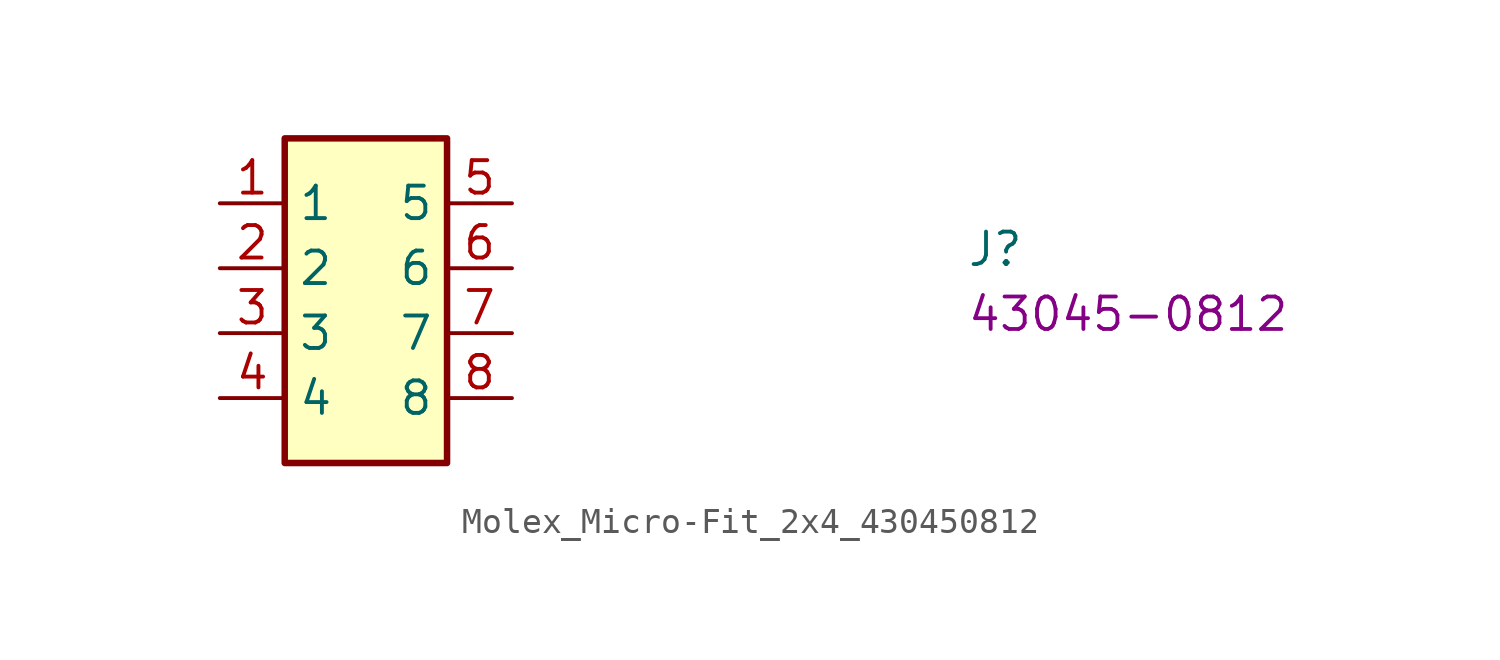
<source format=kicad_sym>
(kicad_symbol_lib
  (version 20220914)
  (generator kicad_symbol_editor)
  (symbol "Molex_Micro-Fit_2x4_430450812"
    (property "Reference" "J"
      (at 29.21 -2.54 0)
      (effects (font (size 1.27 1.27) (thickness 0.15)) (justify left bottom)))
    (property "MPN" "43045-0812"
      (at 29.21 -5.08 0)
      (effects (font (size 1.27 1.27) (thickness 0.15)) (justify left bottom)))
    (symbol "Molex_Micro-Fit_2x4_430450812_1_1"
      (rectangle (start 2.54 2.54) (end 8.89 -10.16) (stroke (width 0.254) (type default)) (fill (type background)))
      (pin input line (at 0 0 0) (length 2.54) (name "1" (effects (font (size 1.27 1.27)))) (number "1" (effects (font (size 1.27 1.27)))))
      (pin input line (at 0 -2.54 0) (length 2.54) (name "2" (effects (font (size 1.27 1.27)))) (number "2" (effects (font (size 1.27 1.27)))))
      (pin input line (at 0 -5.08 0) (length 2.54) (name "3" (effects (font (size 1.27 1.27)))) (number "3" (effects (font (size 1.27 1.27)))))
      (pin input line (at 0 -7.62 0) (length 2.54) (name "4" (effects (font (size 1.27 1.27)))) (number "4" (effects (font (size 1.27 1.27)))))
      (pin input line (at 11.43 0 180) (length 2.54) (name "5" (effects (font (size 1.27 1.27)))) (number "5" (effects (font (size 1.27 1.27)))))
      (pin input line (at 11.43 -2.54 180) (length 2.54) (name "6" (effects (font (size 1.27 1.27)))) (number "6" (effects (font (size 1.27 1.27)))))
      (pin input line (at 11.43 -5.08 180) (length 2.54) (name "7" (effects (font (size 1.27 1.27)))) (number "7" (effects (font (size 1.27 1.27)))))
      (pin input line (at 11.43 -7.62 180) (length 2.54) (name "8" (effects (font (size 1.27 1.27)))) (number "8" (effects (font (size 1.27 1.27))))))))
</source>
